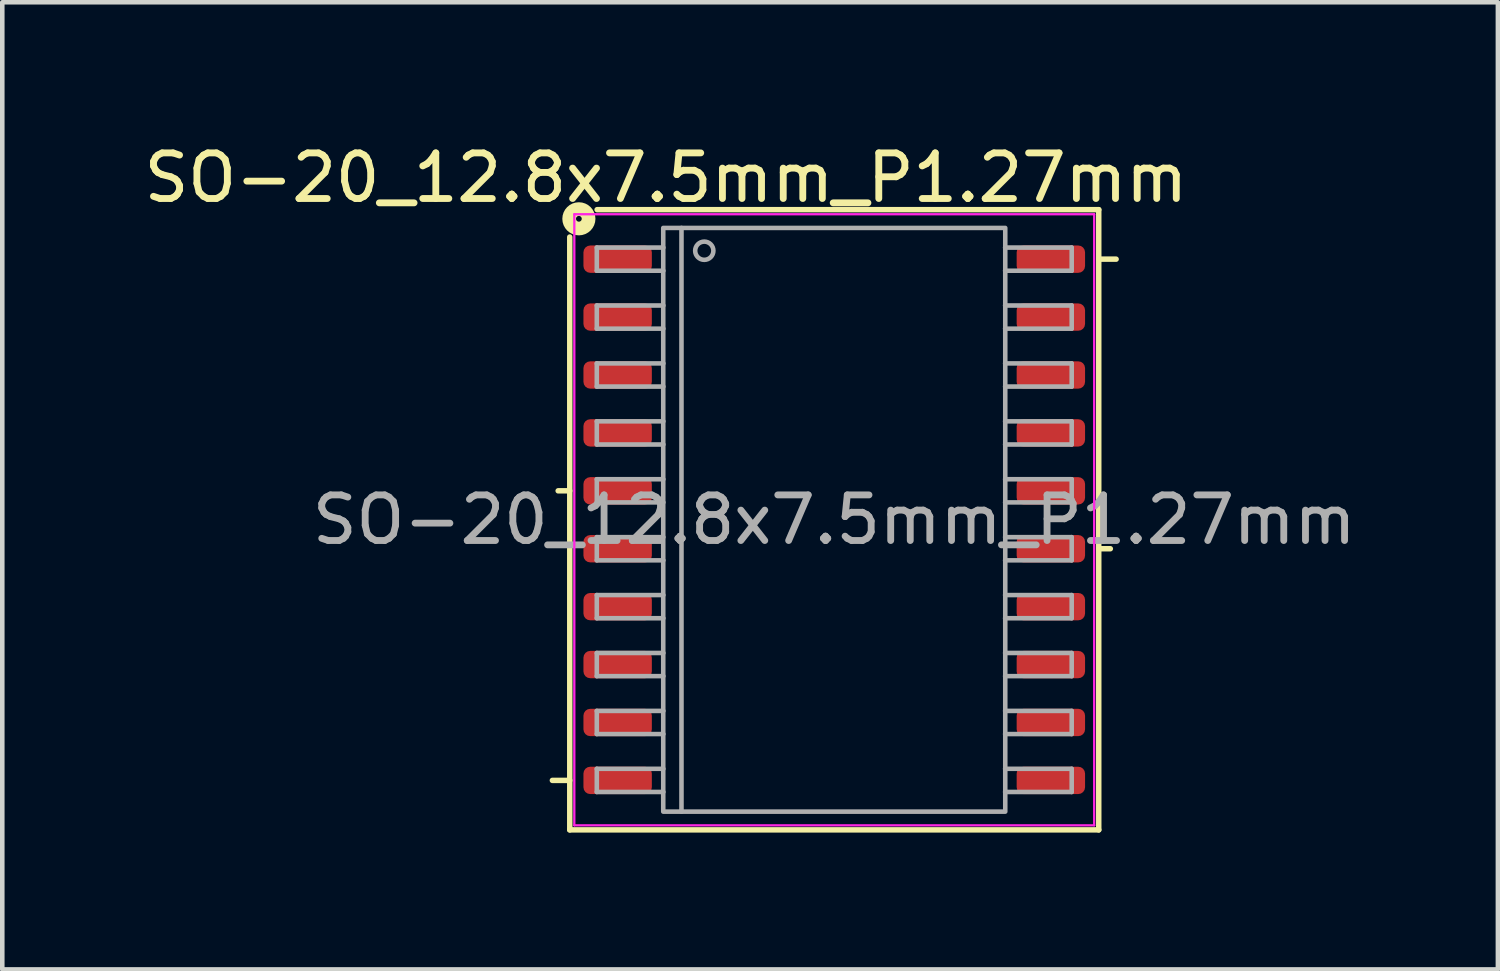
<source format=kicad_pcb>
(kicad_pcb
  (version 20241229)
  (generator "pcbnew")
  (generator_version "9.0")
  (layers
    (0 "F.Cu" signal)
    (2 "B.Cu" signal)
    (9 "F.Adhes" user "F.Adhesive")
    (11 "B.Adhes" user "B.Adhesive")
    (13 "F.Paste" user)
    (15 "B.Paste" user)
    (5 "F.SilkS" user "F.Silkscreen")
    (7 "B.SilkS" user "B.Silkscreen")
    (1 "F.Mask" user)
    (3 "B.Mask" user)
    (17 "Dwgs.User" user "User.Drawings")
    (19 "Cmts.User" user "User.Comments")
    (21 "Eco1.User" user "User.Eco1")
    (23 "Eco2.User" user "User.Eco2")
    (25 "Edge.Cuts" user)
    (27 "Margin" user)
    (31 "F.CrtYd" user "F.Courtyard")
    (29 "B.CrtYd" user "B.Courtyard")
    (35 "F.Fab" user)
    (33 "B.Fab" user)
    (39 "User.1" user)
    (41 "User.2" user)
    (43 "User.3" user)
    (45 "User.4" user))
  (footprint "SO-20_12.8x7.5mm_P1.27mm"
    (layer "F.Cu")
    (at 15.244 8.348)
    (property "Reference" "SO-20_12.8x7.5mm_P1.27mm" (at -3.69 -7.5 0) (layer "F.SilkS") (effects (font (size 1 1) (thickness 0.15))))
    (attr smd)
    (fp_line (start -5.8 -6.2) (end -5.8 6.8) (stroke (width 0.12) (type solid)) (layer "F.SilkS"))
    (fp_line (start -5.8 -0.635) (end -6.054 -0.635) (stroke (width 0.12) (type solid)) (layer "F.SilkS"))
    (fp_line (start -5.8 5.715) (end -6.181 5.715) (stroke (width 0.12) (type solid)) (layer "F.SilkS"))
    (fp_line (start -5.8 6.8) (end 5.8 6.8) (stroke (width 0.12) (type solid)) (layer "F.SilkS"))
    (fp_line (start 5.8 -6.8) (end -5.2 -6.8) (stroke (width 0.12) (type solid)) (layer "F.SilkS"))
    (fp_line (start 5.8 -5.715) (end 6.181 -5.715) (stroke (width 0.12) (type solid)) (layer "F.SilkS"))
    (fp_line (start 5.8 0.635) (end 6.054 0.635) (stroke (width 0.12) (type solid)) (layer "F.SilkS"))
    (fp_line (start 5.8 6.8) (end 5.8 -6.8) (stroke (width 0.12) (type solid)) (layer "F.SilkS"))
    (fp_circle (center -5.6 -6.6) (end -5.537 -6.6) (stroke (width 0.3) (type solid)) (fill no) (layer "F.SilkS"))
    (fp_line (start -5.7 -6.7) (end 5.7 -6.7) (stroke (width 0.05) (type solid)) (layer "F.CrtYd"))
    (fp_line (start -5.7 6.7) (end -5.7 -6.7) (stroke (width 0.05) (type solid)) (layer "F.CrtYd"))
    (fp_line (start 5.7 -6.7) (end 5.7 6.7) (stroke (width 0.05) (type solid)) (layer "F.CrtYd"))
    (fp_line (start 5.7 6.7) (end -5.7 6.7) (stroke (width 0.05) (type solid)) (layer "F.CrtYd"))
    (fp_line (start -5.207 -5.969) (end -5.207 -5.461) (stroke (width 0.1) (type solid)) (layer "F.Fab"))
    (fp_line (start -5.207 -5.969) (end -3.747 -5.969) (stroke (width 0.1) (type solid)) (layer "F.Fab"))
    (fp_line (start -5.207 -5.461) (end -3.747 -5.461) (stroke (width 0.1) (type solid)) (layer "F.Fab"))
    (fp_line (start -5.207 -4.699) (end -5.207 -4.191) (stroke (width 0.1) (type solid)) (layer "F.Fab"))
    (fp_line (start -5.207 -4.699) (end -3.747 -4.699) (stroke (width 0.1) (type solid)) (layer "F.Fab"))
    (fp_line (start -5.207 -4.191) (end -3.747 -4.191) (stroke (width 0.1) (type solid)) (layer "F.Fab"))
    (fp_line (start -5.207 -3.429) (end -5.207 -2.921) (stroke (width 0.1) (type solid)) (layer "F.Fab"))
    (fp_line (start -5.207 -3.429) (end -3.747 -3.429) (stroke (width 0.1) (type solid)) (layer "F.Fab"))
    (fp_line (start -5.207 -2.921) (end -3.747 -2.921) (stroke (width 0.1) (type solid)) (layer "F.Fab"))
    (fp_line (start -5.207 -2.159) (end -5.207 -1.651) (stroke (width 0.1) (type solid)) (layer "F.Fab"))
    (fp_line (start -5.207 -2.159) (end -3.747 -2.159) (stroke (width 0.1) (type solid)) (layer "F.Fab"))
    (fp_line (start -5.207 -1.651) (end -3.747 -1.651) (stroke (width 0.1) (type solid)) (layer "F.Fab"))
    (fp_line (start -5.207 -0.889) (end -5.207 -0.381) (stroke (width 0.1) (type solid)) (layer "F.Fab"))
    (fp_line (start -5.207 -0.889) (end -3.747 -0.889) (stroke (width 0.1) (type solid)) (layer "F.Fab"))
    (fp_line (start -5.207 -0.381) (end -3.747 -0.381) (stroke (width 0.1) (type solid)) (layer "F.Fab"))
    (fp_line (start -5.207 0.381) (end -5.207 0.889) (stroke (width 0.1) (type solid)) (layer "F.Fab"))
    (fp_line (start -5.207 0.381) (end -3.747 0.381) (stroke (width 0.1) (type solid)) (layer "F.Fab"))
    (fp_line (start -5.207 0.889) (end -3.747 0.889) (stroke (width 0.1) (type solid)) (layer "F.Fab"))
    (fp_line (start -5.207 1.651) (end -5.207 2.159) (stroke (width 0.1) (type solid)) (layer "F.Fab"))
    (fp_line (start -5.207 1.651) (end -3.747 1.651) (stroke (width 0.1) (type solid)) (layer "F.Fab"))
    (fp_line (start -5.207 2.159) (end -3.747 2.159) (stroke (width 0.1) (type solid)) (layer "F.Fab"))
    (fp_line (start -5.207 2.921) (end -5.207 3.429) (stroke (width 0.1) (type solid)) (layer "F.Fab"))
    (fp_line (start -5.207 2.921) (end -3.747 2.921) (stroke (width 0.1) (type solid)) (layer "F.Fab"))
    (fp_line (start -5.207 3.429) (end -3.747 3.429) (stroke (width 0.1) (type solid)) (layer "F.Fab"))
    (fp_line (start -5.207 4.191) (end -5.207 4.699) (stroke (width 0.1) (type solid)) (layer "F.Fab"))
    (fp_line (start -5.207 4.191) (end -3.747 4.191) (stroke (width 0.1) (type solid)) (layer "F.Fab"))
    (fp_line (start -5.207 4.699) (end -3.747 4.699) (stroke (width 0.1) (type solid)) (layer "F.Fab"))
    (fp_line (start -5.207 5.461) (end -5.207 5.969) (stroke (width 0.1) (type solid)) (layer "F.Fab"))
    (fp_line (start -5.207 5.461) (end -3.747 5.461) (stroke (width 0.1) (type solid)) (layer "F.Fab"))
    (fp_line (start -5.207 5.969) (end -3.747 5.969) (stroke (width 0.1) (type solid)) (layer "F.Fab"))
    (fp_line (start -3.35 -6.4) (end -3.35 6.4) (stroke (width 0.1) (type solid)) (layer "F.Fab"))
    (fp_line (start 5.207 -5.969) (end 3.747 -5.969) (stroke (width 0.1) (type solid)) (layer "F.Fab"))
    (fp_line (start 5.207 -5.461) (end 3.747 -5.461) (stroke (width 0.1) (type solid)) (layer "F.Fab"))
    (fp_line (start 5.207 -5.461) (end 5.207 -5.969) (stroke (width 0.1) (type solid)) (layer "F.Fab"))
    (fp_line (start 5.207 -4.699) (end 3.747 -4.699) (stroke (width 0.1) (type solid)) (layer "F.Fab"))
    (fp_line (start 5.207 -4.191) (end 3.747 -4.191) (stroke (width 0.1) (type solid)) (layer "F.Fab"))
    (fp_line (start 5.207 -4.191) (end 5.207 -4.699) (stroke (width 0.1) (type solid)) (layer "F.Fab"))
    (fp_line (start 5.207 -3.429) (end 3.747 -3.429) (stroke (width 0.1) (type solid)) (layer "F.Fab"))
    (fp_line (start 5.207 -2.921) (end 3.747 -2.921) (stroke (width 0.1) (type solid)) (layer "F.Fab"))
    (fp_line (start 5.207 -2.921) (end 5.207 -3.429) (stroke (width 0.1) (type solid)) (layer "F.Fab"))
    (fp_line (start 5.207 -2.159) (end 3.747 -2.159) (stroke (width 0.1) (type solid)) (layer "F.Fab"))
    (fp_line (start 5.207 -1.651) (end 3.747 -1.651) (stroke (width 0.1) (type solid)) (layer "F.Fab"))
    (fp_line (start 5.207 -1.651) (end 5.207 -2.159) (stroke (width 0.1) (type solid)) (layer "F.Fab"))
    (fp_line (start 5.207 -0.889) (end 3.747 -0.889) (stroke (width 0.1) (type solid)) (layer "F.Fab"))
    (fp_line (start 5.207 -0.381) (end 3.747 -0.381) (stroke (width 0.1) (type solid)) (layer "F.Fab"))
    (fp_line (start 5.207 -0.381) (end 5.207 -0.889) (stroke (width 0.1) (type solid)) (layer "F.Fab"))
    (fp_line (start 5.207 0.381) (end 3.747 0.381) (stroke (width 0.1) (type solid)) (layer "F.Fab"))
    (fp_line (start 5.207 0.889) (end 3.747 0.889) (stroke (width 0.1) (type solid)) (layer "F.Fab"))
    (fp_line (start 5.207 0.889) (end 5.207 0.381) (stroke (width 0.1) (type solid)) (layer "F.Fab"))
    (fp_line (start 5.207 1.651) (end 3.747 1.651) (stroke (width 0.1) (type solid)) (layer "F.Fab"))
    (fp_line (start 5.207 2.159) (end 3.747 2.159) (stroke (width 0.1) (type solid)) (layer "F.Fab"))
    (fp_line (start 5.207 2.159) (end 5.207 1.651) (stroke (width 0.1) (type solid)) (layer "F.Fab"))
    (fp_line (start 5.207 2.921) (end 3.747 2.921) (stroke (width 0.1) (type solid)) (layer "F.Fab"))
    (fp_line (start 5.207 3.429) (end 3.747 3.429) (stroke (width 0.1) (type solid)) (layer "F.Fab"))
    (fp_line (start 5.207 3.429) (end 5.207 2.921) (stroke (width 0.1) (type solid)) (layer "F.Fab"))
    (fp_line (start 5.207 4.191) (end 3.747 4.191) (stroke (width 0.1) (type solid)) (layer "F.Fab"))
    (fp_line (start 5.207 4.699) (end 3.747 4.699) (stroke (width 0.1) (type solid)) (layer "F.Fab"))
    (fp_line (start 5.207 4.699) (end 5.207 4.191) (stroke (width 0.1) (type solid)) (layer "F.Fab"))
    (fp_line (start 5.207 5.461) (end 3.747 5.461) (stroke (width 0.1) (type solid)) (layer "F.Fab"))
    (fp_line (start 5.207 5.969) (end 3.747 5.969) (stroke (width 0.1) (type solid)) (layer "F.Fab"))
    (fp_line (start 5.207 5.969) (end 5.207 5.461) (stroke (width 0.1) (type solid)) (layer "F.Fab"))
    (fp_rect (start -3.75 -6.4) (end 3.75 6.4) (stroke (width 0.1) (type solid)) (fill no) (layer "F.Fab"))
    (fp_circle (center -2.85 -5.9) (end -2.65 -5.9) (stroke (width 0.1) (type solid)) (fill no) (layer "F.Fab"))
    (fp_text user "${REFERENCE}" (at 0 0 0) (layer "F.Fab") (effects (font (size 1 1) (thickness 0.15))))
    (pad "1" smd roundrect (at -4.75 -5.715) (size 1.5 0.6) (layers "F.Cu" "F.Mask" "F.Paste") (roundrect_rratio 0.25))
    (pad "2" smd roundrect (at -4.75 -4.445) (size 1.5 0.6) (layers "F.Cu" "F.Mask" "F.Paste") (roundrect_rratio 0.25))
    (pad "3" smd roundrect (at -4.75 -3.175) (size 1.5 0.6) (layers "F.Cu" "F.Mask" "F.Paste") (roundrect_rratio 0.25))
    (pad "4" smd roundrect (at -4.75 -1.905) (size 1.5 0.6) (layers "F.Cu" "F.Mask" "F.Paste") (roundrect_rratio 0.25))
    (pad "5" smd roundrect (at -4.75 -0.635) (size 1.5 0.6) (layers "F.Cu" "F.Mask" "F.Paste") (roundrect_rratio 0.25))
    (pad "6" smd roundrect (at -4.75 0.635) (size 1.5 0.6) (layers "F.Cu" "F.Mask" "F.Paste") (roundrect_rratio 0.25))
    (pad "7" smd roundrect (at -4.75 1.905) (size 1.5 0.6) (layers "F.Cu" "F.Mask" "F.Paste") (roundrect_rratio 0.25))
    (pad "8" smd roundrect (at -4.75 3.175) (size 1.5 0.6) (layers "F.Cu" "F.Mask" "F.Paste") (roundrect_rratio 0.25))
    (pad "9" smd roundrect (at -4.75 4.445) (size 1.5 0.6) (layers "F.Cu" "F.Mask" "F.Paste") (roundrect_rratio 0.25))
    (pad "10" smd roundrect (at -4.75 5.715) (size 1.5 0.6) (layers "F.Cu" "F.Mask" "F.Paste") (roundrect_rratio 0.25))
    (pad "11" smd roundrect (at 4.75 5.715) (size 1.5 0.6) (layers "F.Cu" "F.Mask" "F.Paste") (roundrect_rratio 0.25))
    (pad "12" smd roundrect (at 4.75 4.445) (size 1.5 0.6) (layers "F.Cu" "F.Mask" "F.Paste") (roundrect_rratio 0.25))
    (pad "13" smd roundrect (at 4.75 3.175) (size 1.5 0.6) (layers "F.Cu" "F.Mask" "F.Paste") (roundrect_rratio 0.25))
    (pad "14" smd roundrect (at 4.75 1.905) (size 1.5 0.6) (layers "F.Cu" "F.Mask" "F.Paste") (roundrect_rratio 0.25))
    (pad "15" smd roundrect (at 4.75 0.635) (size 1.5 0.6) (layers "F.Cu" "F.Mask" "F.Paste") (roundrect_rratio 0.25))
    (pad "16" smd roundrect (at 4.75 -0.635) (size 1.5 0.6) (layers "F.Cu" "F.Mask" "F.Paste") (roundrect_rratio 0.25))
    (pad "17" smd roundrect (at 4.75 -1.905) (size 1.5 0.6) (layers "F.Cu" "F.Mask" "F.Paste") (roundrect_rratio 0.25))
    (pad "18" smd roundrect (at 4.75 -3.175) (size 1.5 0.6) (layers "F.Cu" "F.Mask" "F.Paste") (roundrect_rratio 0.25))
    (pad "19" smd roundrect (at 4.75 -4.445) (size 1.5 0.6) (layers "F.Cu" "F.Mask" "F.Paste") (roundrect_rratio 0.25))
    (pad "20" smd roundrect (at 4.75 -5.715) (size 1.5 0.6) (layers "F.Cu" "F.Mask" "F.Paste") (roundrect_rratio 0.25)))
  (gr_rect
    (start -3 -3)
    (end 29.797 18.208)
    (stroke (width 0.1) (type default))
    (fill no)
    (layer "Edge.Cuts")))
</source>
